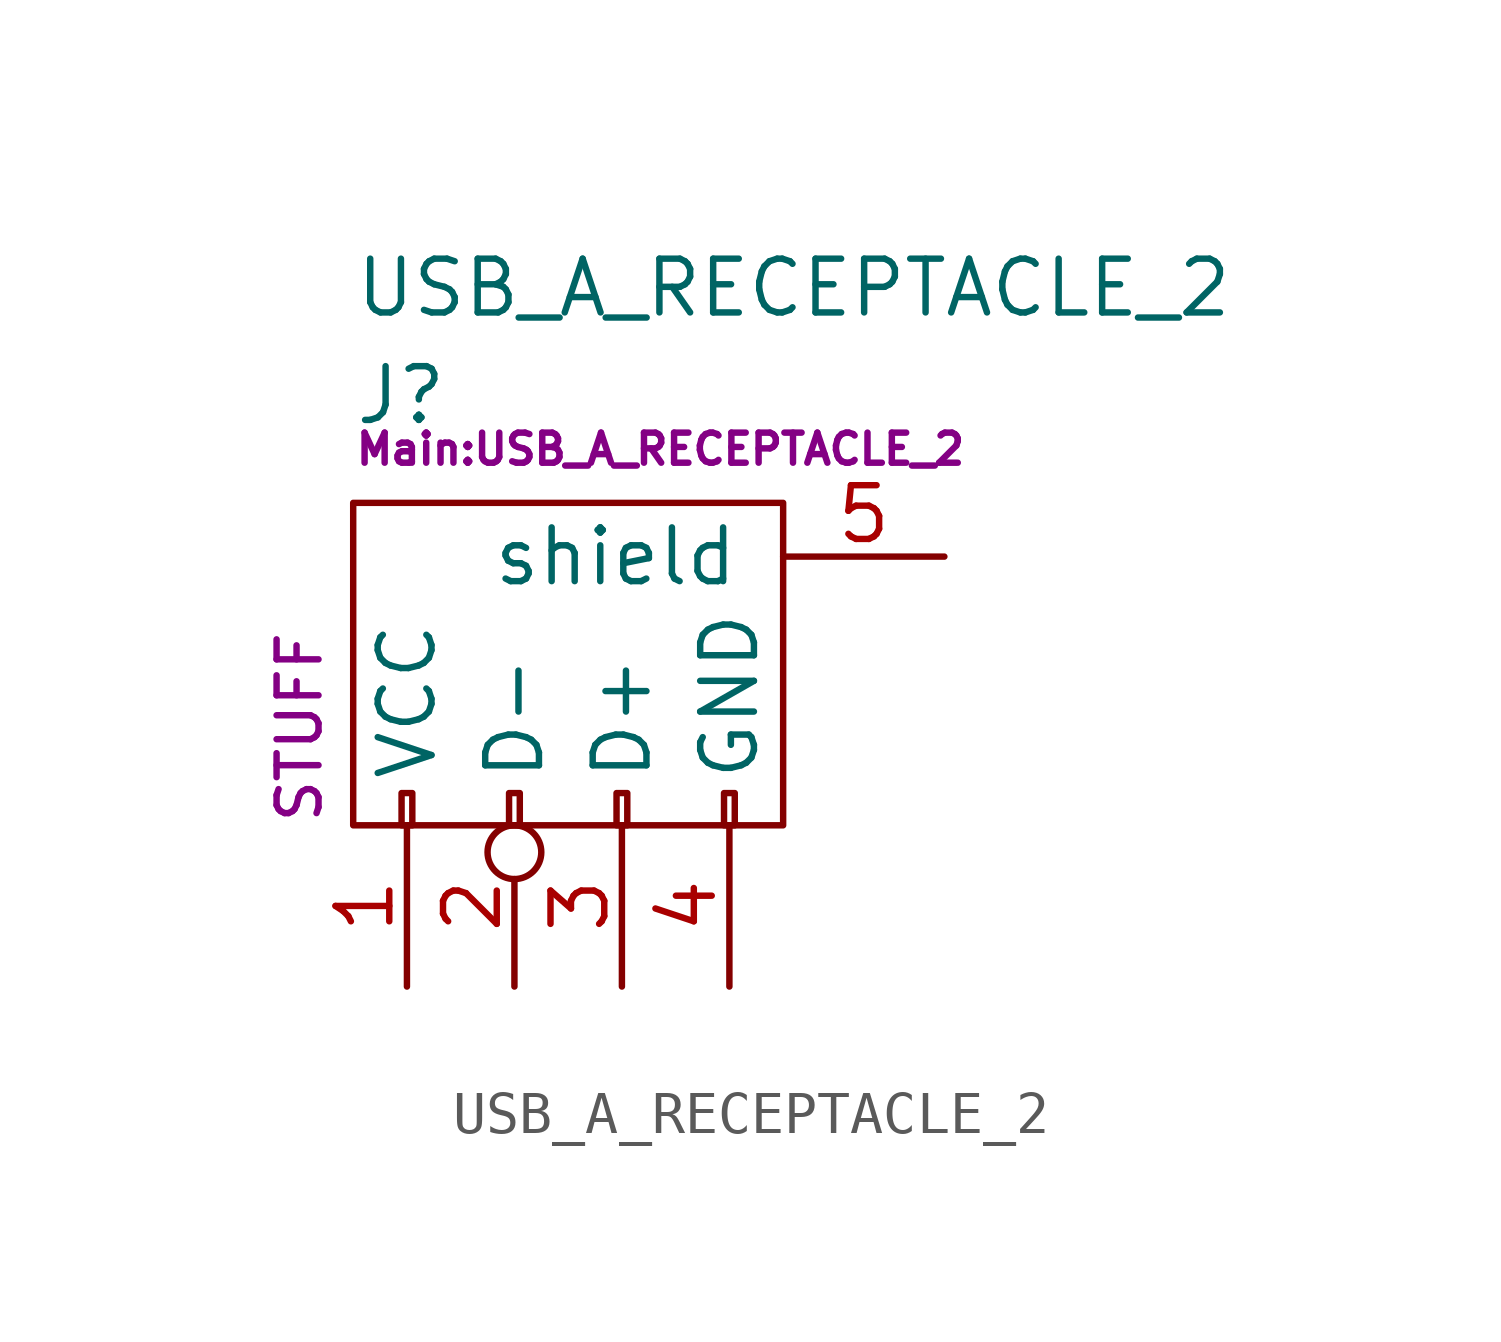
<source format=kicad_sym>
(kicad_symbol_lib
  (version 20211014)
  (generator kicad_symbol_editor)
  (symbol "USB_A_RECEPTACLE_2"
    (pin_names
      (offset 1.016))
    (property "Reference" "J"
      (at -6.35 6.35 0)
      (effects (font (size 1.27 1.27)) (justify left)))
    (property "Value" "USB_A_RECEPTACLE_2"
      (at -6.35 8.89 0)
      (effects (font (size 1.27 1.27)) (justify left)))
    (property "Footprint" "Main:USB_A_RECEPTACLE_2"
      (at -6.35 5.08 0)
      (effects (font (size 0.711 0.711)) (justify left)))
    (property "Datasheet" ""
      (at -1.27 -2.54 90)
      (effects (font (size 1.27 1.27))))
    (property "SKU" "STUFF"
      (at -7.62 -3.81 90)
      (effects (font (size 0.991 0.991)) (justify left)))
    (symbol "USB_A_RECEPTACLE_2_0_1"
      (rectangle (start -6.35 -3.81) (end 3.81 3.81) (stroke (width 0) (type default) (color 0 0 0 0)) (fill (type none)))
      (rectangle (start -5.207 -3.81) (end -4.953 -3.048) (stroke (width 0) (type default) (color 0 0 0 0)) (fill (type none)))
      (rectangle (start -2.667 -3.81) (end -2.413 -3.048) (stroke (width 0) (type default) (color 0 0 0 0)) (fill (type none)))
      (rectangle (start -0.127 -3.81) (end 0.127 -3.048) (stroke (width 0) (type default) (color 0 0 0 0)) (fill (type none)))
      (rectangle (start 2.413 -3.81) (end 2.667 -3.048) (stroke (width 0) (type default) (color 0 0 0 0)) (fill (type none))))
    (symbol "USB_A_RECEPTACLE_2_1_1"
      (pin power_out line (at -5.08 -7.62 90) (length 3.81) (name "VCC" (effects (font (size 1.27 1.27)))) (number "1" (effects (font (size 1.27 1.27)))))
      (pin passive inverted (at -2.54 -7.62 90) (length 3.81) (name "D-" (effects (font (size 1.27 1.27)))) (number "2" (effects (font (size 1.27 1.27)))))
      (pin passive line (at 0 -7.62 90) (length 3.81) (name "D+" (effects (font (size 1.27 1.27)))) (number "3" (effects (font (size 1.27 1.27)))))
      (pin power_in line (at 2.54 -7.62 90) (length 3.81) (name "GND" (effects (font (size 1.27 1.27)))) (number "4" (effects (font (size 1.27 1.27)))))
      (pin passive line (at 7.62 2.54 180) (length 3.81) (name "shield" (effects (font (size 1.27 1.27)))) (number "5" (effects (font (size 1.27 1.27))))))))
</source>
